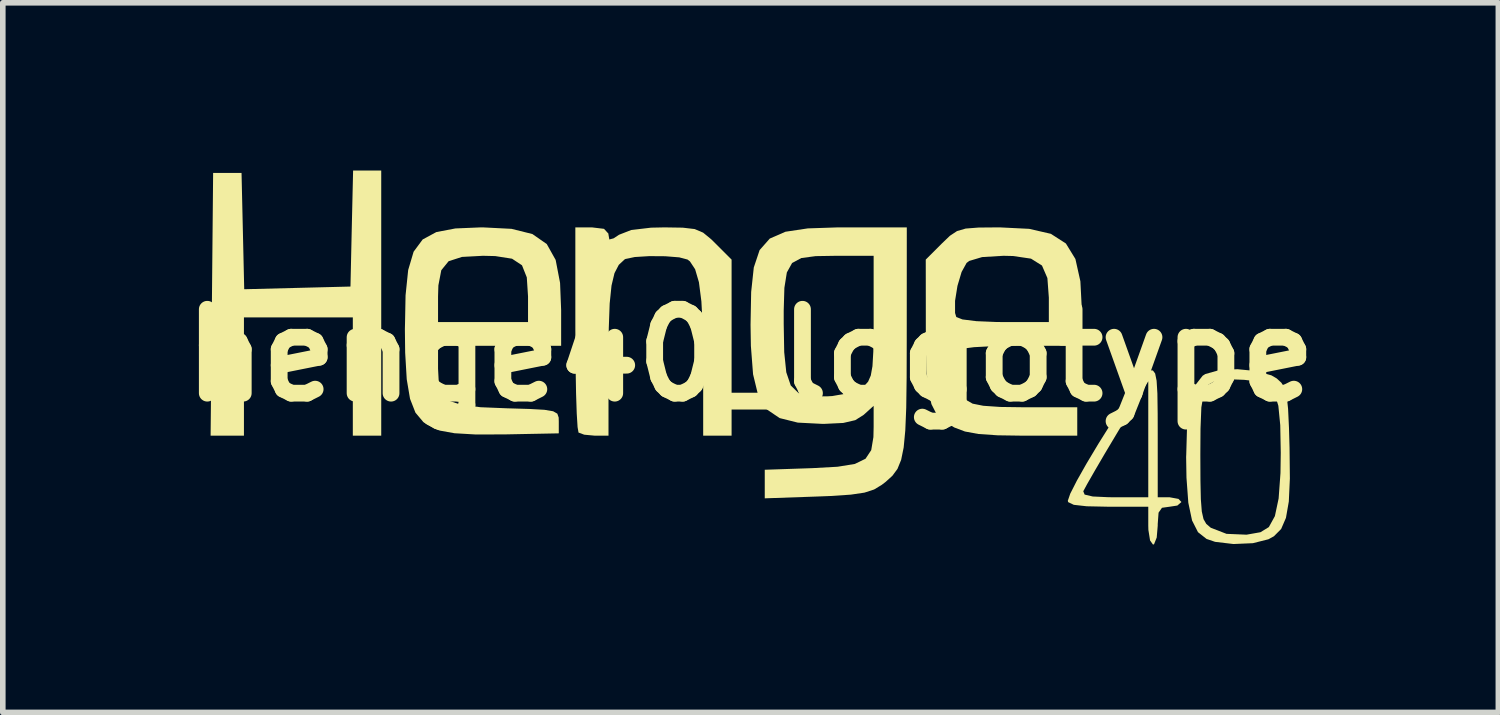
<source format=kicad_pcb>
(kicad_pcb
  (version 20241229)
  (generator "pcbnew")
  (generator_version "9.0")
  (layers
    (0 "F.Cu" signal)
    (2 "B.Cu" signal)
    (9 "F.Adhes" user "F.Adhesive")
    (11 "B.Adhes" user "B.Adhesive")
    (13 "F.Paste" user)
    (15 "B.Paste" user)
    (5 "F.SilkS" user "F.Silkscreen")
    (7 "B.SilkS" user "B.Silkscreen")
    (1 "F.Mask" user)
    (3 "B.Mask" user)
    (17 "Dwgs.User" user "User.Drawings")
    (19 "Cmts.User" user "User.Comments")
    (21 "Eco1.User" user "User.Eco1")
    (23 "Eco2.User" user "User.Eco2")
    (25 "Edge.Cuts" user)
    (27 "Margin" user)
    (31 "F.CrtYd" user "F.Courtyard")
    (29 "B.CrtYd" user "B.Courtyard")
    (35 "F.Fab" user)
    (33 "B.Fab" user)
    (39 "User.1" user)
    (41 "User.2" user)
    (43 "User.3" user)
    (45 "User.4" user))
  (footprint "henge40_logotype"
    (layer "F.Cu")
    (at 10.371 3.302)
    (property "Reference" "henge40_logotype" (at 0 0 0) (layer "F.SilkS") (effects (font (size 1.5 1.5) (thickness 0.3))))
    (attr board_only exclude_from_pos_files exclude_from_bom)
    (fp_poly (pts (xy -6.604 -0.931) (xy -6.604 1.439) (xy -6.858 1.439) (xy -7.112 1.439) (xy -7.112 0.381) (xy -7.112 -0.677) (xy -8.086 -0.677) (xy -9.059 -0.677) (xy -9.059 0.381) (xy -9.059 1.439) (xy -9.357 1.439) (xy -9.655 1.439) (xy -9.632 -0.91) (xy -9.61 -3.26) (xy -9.356 -3.26) (xy -9.102 -3.26) (xy -9.078 -2.22) (xy -9.054 -1.18) (xy -8.104 -1.204) (xy -7.154 -1.228) (xy -7.131 -2.265) (xy -7.107 -3.302) (xy -6.855 -3.302) (xy -6.604 -3.302)) (stroke (width 0) (type solid)) (fill yes) (layer "F.SilkS"))
    (fp_poly (pts (xy -2.62 -2.26) (xy -2.542 -2.175) (xy -2.54 -2.154) (xy -2.525 -2.07) (xy -2.449 -2.09) (xy -2.352 -2.154) (xy -2.134 -2.239) (xy -1.779 -2.281) (xy -1.539 -2.286) (xy -1.212 -2.281) (xy -0.999 -2.256) (xy -0.848 -2.192) (xy -0.703 -2.073) (xy -0.627 -1.998) (xy -0.339 -1.71) (xy -0.339 -0.135) (xy -0.339 1.439) (xy -0.593 1.439) (xy -0.847 1.439) (xy -0.847 0.133) (xy -0.854 -0.49) (xy -0.879 -0.963) (xy -0.923 -1.305) (xy -0.991 -1.537) (xy -1.084 -1.678) (xy -1.127 -1.711) (xy -1.275 -1.75) (xy -1.524 -1.77) (xy -1.811 -1.772) (xy -2.07 -1.756) (xy -2.237 -1.721) (xy -2.252 -1.713) (xy -2.356 -1.616) (xy -2.433 -1.468) (xy -2.486 -1.246) (xy -2.519 -0.925) (xy -2.535 -0.482) (xy -2.54 0.079) (xy -2.54 1.439) (xy -2.78 1.439) (xy -2.974 1.421) (xy -3.076 1.383) (xy -3.093 1.285) (xy -3.108 1.043) (xy -3.12 0.684) (xy -3.128 0.231) (xy -3.132 -0.288) (xy -3.133 -0.48) (xy -3.133 -2.286) (xy -2.836 -2.286)) (stroke (width 0) (type solid)) (fill yes) (layer "F.SilkS"))
    (fp_poly (pts (xy 7.195 0.273) (xy 7.235 0.327) (xy 7.261 0.456) (xy 7.275 0.685) (xy 7.28 1.041) (xy 7.281 1.391) (xy 7.281 2.54) (xy 7.493 2.54) (xy 7.652 2.569) (xy 7.705 2.625) (xy 7.632 2.688) (xy 7.493 2.709) (xy 7.357 2.728) (xy 7.296 2.815) (xy 7.281 3.019) (xy 7.281 3.048) (xy 7.263 3.26) (xy 7.216 3.378) (xy 7.197 3.387) (xy 7.144 3.312) (xy 7.114 3.124) (xy 7.112 3.048) (xy 7.112 2.709) (xy 6.392 2.709) (xy 6.011 2.701) (xy 5.78 2.675) (xy 5.68 2.627) (xy 5.673 2.603) (xy 5.717 2.475) (xy 5.738 2.434) (xy 5.95 2.434) (xy 5.974 2.492) (xy 6.118 2.526) (xy 6.402 2.539) (xy 6.51 2.54) (xy 7.112 2.54) (xy 7.112 1.503) (xy 7.112 0.466) (xy 6.551 1.397) (xy 6.336 1.757) (xy 6.153 2.07) (xy 6.019 2.304) (xy 5.952 2.428) (xy 5.95 2.434) (xy 5.738 2.434) (xy 5.835 2.243) (xy 6.008 1.937) (xy 6.217 1.588) (xy 6.443 1.227) (xy 6.666 0.884) (xy 6.867 0.591) (xy 7.027 0.377) (xy 7.127 0.274) (xy 7.138 0.269)) (stroke (width 0) (type solid)) (fill yes) (layer "F.SilkS"))
    (fp_poly (pts (xy -4.274 -2.26) (xy -3.901 -2.167) (xy -3.644 -1.988) (xy -3.485 -1.704) (xy -3.406 -1.293) (xy -3.387 -0.807) (xy -3.387 -0.169) (xy -4.487 -0.169) (xy -5.588 -0.169) (xy -5.588 0.241) (xy -5.574 0.506) (xy -5.516 0.693) (xy -5.389 0.816) (xy -5.167 0.89) (xy -4.825 0.93) (xy -4.357 0.949) (xy -3.951 0.961) (xy -3.685 0.976) (xy -3.53 1.002) (xy -3.455 1.045) (xy -3.431 1.114) (xy -3.429 1.185) (xy -3.429 1.397) (xy -4.403 1.416) (xy -4.919 1.417) (xy -5.294 1.395) (xy -5.555 1.348) (xy -5.655 1.313) (xy -5.85 1.196) (xy -5.992 1.027) (xy -6.089 0.779) (xy -6.148 0.43) (xy -6.176 -0.046) (xy -6.181 -0.467) (xy -6.178 -0.593) (xy -5.588 -0.593) (xy -4.784 -0.593) (xy -3.979 -0.593) (xy -3.979 -1.052) (xy -4.001 -1.392) (xy -4.087 -1.608) (xy -4.265 -1.726) (xy -4.566 -1.773) (xy -4.784 -1.778) (xy -5.16 -1.758) (xy -5.399 -1.681) (xy -5.53 -1.52) (xy -5.582 -1.249) (xy -5.588 -1.052) (xy -5.588 -0.593) (xy -6.178 -0.593) (xy -6.169 -1.07) (xy -6.122 -1.524) (xy -6.025 -1.851) (xy -5.863 -2.07) (xy -5.619 -2.202) (xy -5.278 -2.267) (xy -4.825 -2.286) (xy -4.784 -2.286)) (stroke (width 0) (type solid)) (fill yes) (layer "F.SilkS"))
    (fp_poly (pts (xy 9.039 0.282) (xy 9.314 0.36) (xy 9.41 0.416) (xy 9.493 0.493) (xy 9.55 0.588) (xy 9.588 0.733) (xy 9.612 0.959) (xy 9.628 1.299) (xy 9.638 1.651) (xy 9.644 2.205) (xy 9.625 2.616) (xy 9.574 2.908) (xy 9.488 3.107) (xy 9.359 3.237) (xy 9.261 3.291) (xy 8.983 3.361) (xy 8.635 3.376) (xy 8.307 3.337) (xy 8.154 3.285) (xy 8.001 3.164) (xy 7.895 2.955) (xy 7.828 2.638) (xy 7.795 2.189) (xy 7.789 1.82) (xy 7.791 1.776) (xy 8.043 1.776) (xy 8.045 2.246) (xy 8.052 2.575) (xy 8.069 2.794) (xy 8.1 2.931) (xy 8.149 3.016) (xy 8.221 3.078) (xy 8.232 3.086) (xy 8.511 3.194) (xy 8.869 3.209) (xy 9.118 3.165) (xy 9.268 3.073) (xy 9.376 2.877) (xy 9.443 2.561) (xy 9.476 2.107) (xy 9.481 1.744) (xy 9.472 1.252) (xy 9.438 0.904) (xy 9.367 0.674) (xy 9.245 0.537) (xy 9.06 0.467) (xy 8.827 0.44) (xy 8.537 0.429) (xy 8.329 0.449) (xy 8.189 0.524) (xy 8.105 0.678) (xy 8.061 0.933) (xy 8.046 1.313) (xy 8.043 1.776) (xy 7.791 1.776) (xy 7.806 1.249) (xy 7.858 0.828) (xy 7.95 0.539) (xy 8.084 0.367) (xy 8.131 0.337) (xy 8.378 0.267) (xy 8.704 0.25)) (stroke (width 0) (type solid)) (fill yes) (layer "F.SilkS"))
    (fp_poly (pts (xy 4.458 -2.286) (xy 4.982 -2.26) (xy 5.37 -2.171) (xy 5.639 -1.998) (xy 5.809 -1.721) (xy 5.898 -1.322) (xy 5.926 -0.779) (xy 5.926 -0.741) (xy 5.927 -0.169) (xy 4.831 -0.169) (xy 4.36 -0.163) (xy 3.997 -0.144) (xy 3.763 -0.114) (xy 3.681 -0.082) (xy 3.655 0.078) (xy 3.682 0.321) (xy 3.748 0.575) (xy 3.837 0.77) (xy 3.866 0.806) (xy 3.971 0.866) (xy 4.162 0.904) (xy 4.466 0.925) (xy 4.911 0.931) (xy 4.917 0.931) (xy 5.842 0.931) (xy 5.842 1.185) (xy 5.842 1.439) (xy 4.889 1.439) (xy 4.418 1.432) (xy 4.078 1.409) (xy 3.834 1.364) (xy 3.646 1.293) (xy 3.642 1.291) (xy 3.459 1.184) (xy 3.326 1.054) (xy 3.235 0.875) (xy 3.177 0.62) (xy 3.147 0.261) (xy 3.135 -0.227) (xy 3.134 -0.495) (xy 3.134 -0.756) (xy 3.657 -0.756) (xy 3.679 -0.683) (xy 3.789 -0.64) (xy 4.039 -0.609) (xy 4.399 -0.594) (xy 4.535 -0.593) (xy 5.334 -0.593) (xy 5.334 -1.03) (xy 5.308 -1.38) (xy 5.211 -1.604) (xy 5.015 -1.727) (xy 4.694 -1.774) (xy 4.523 -1.778) (xy 4.141 -1.755) (xy 3.91 -1.686) (xy 3.863 -1.65) (xy 3.774 -1.489) (xy 3.7 -1.241) (xy 3.657 -0.973) (xy 3.657 -0.756) (xy 3.134 -0.756) (xy 3.133 -1.71) (xy 3.421 -1.998) (xy 3.565 -2.136) (xy 3.692 -2.22) (xy 3.847 -2.265) (xy 4.077 -2.283) (xy 4.427 -2.286)) (stroke (width 0) (type solid)) (fill yes) (layer "F.SilkS"))
    (fp_poly (pts (xy 2.793 -0.275) (xy 2.791 0.405) (xy 2.784 0.939) (xy 2.767 1.346) (xy 2.738 1.65) (xy 2.693 1.871) (xy 2.627 2.033) (xy 2.536 2.156) (xy 2.418 2.263) (xy 2.345 2.319) (xy 2.209 2.401) (xy 2.037 2.457) (xy 1.793 2.493) (xy 1.438 2.517) (xy 1.181 2.527) (xy 0.254 2.559) (xy 0.254 2.303) (xy 0.254 2.048) (xy 1.108 2.019) (xy 1.557 1.994) (xy 1.865 1.944) (xy 2.056 1.851) (xy 2.158 1.697) (xy 2.197 1.464) (xy 2.201 1.283) (xy 2.201 0.905) (xy 2.023 1.066) (xy 1.873 1.161) (xy 1.658 1.211) (xy 1.329 1.227) (xy 1.273 1.227) (xy 0.844 1.205) (xy 0.52 1.124) (xy 0.288 0.967) (xy 0.135 0.712) (xy 0.045 0.341) (xy 0.006 -0.166) (xy 0 -0.546) (xy 0.000271 -0.56) (xy 0.593 -0.56) (xy 0.602 -0.055) (xy 0.639 0.305) (xy 0.719 0.541) (xy 0.858 0.677) (xy 1.07 0.734) (xy 1.372 0.735) (xy 1.461 0.73) (xy 1.768 0.676) (xy 2 0.575) (xy 2.033 0.55) (xy 2.103 0.471) (xy 2.15 0.363) (xy 2.18 0.196) (xy 2.195 -0.063) (xy 2.201 -0.444) (xy 2.201 -0.69) (xy 2.201 -1.778) (xy 1.53 -1.778) (xy 1.164 -1.772) (xy 0.908 -1.738) (xy 0.743 -1.649) (xy 0.649 -1.48) (xy 0.605 -1.205) (xy 0.593 -0.798) (xy 0.593 -0.56) (xy 0.000271 -0.56) (xy 0.011 -1.131) (xy 0.058 -1.569) (xy 0.162 -1.88) (xy 0.344 -2.086) (xy 0.624 -2.208) (xy 1.024 -2.268) (xy 1.564 -2.286) (xy 1.712 -2.286) (xy 2.794 -2.286)) (stroke (width 0) (type solid)) (fill yes) (layer "F.SilkS")))
  (gr_rect
    (start -3 -3)
    (end 23.743 9.689)
    (stroke (width 0.1) (type default))
    (fill no)
    (layer "Edge.Cuts")))
</source>
